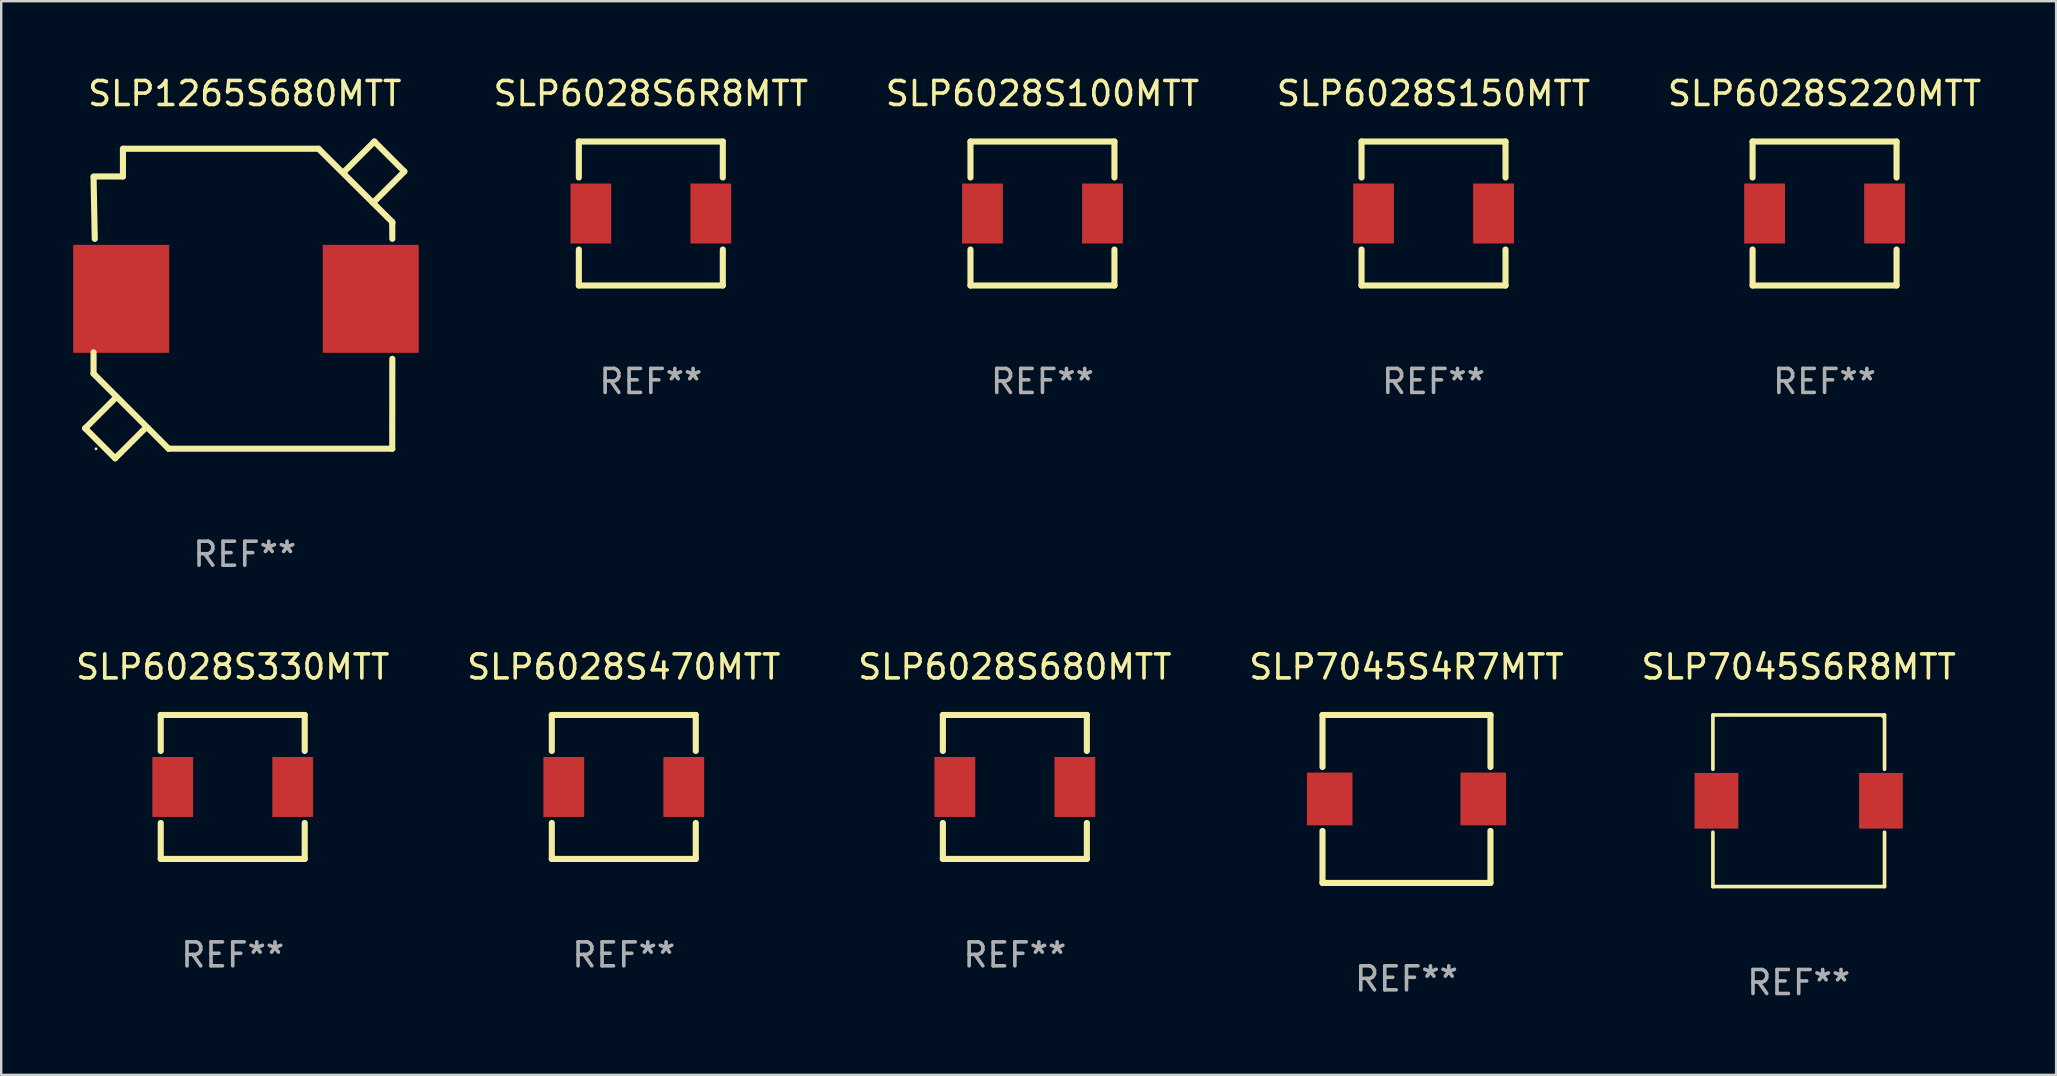
<source format=kicad_pcb>
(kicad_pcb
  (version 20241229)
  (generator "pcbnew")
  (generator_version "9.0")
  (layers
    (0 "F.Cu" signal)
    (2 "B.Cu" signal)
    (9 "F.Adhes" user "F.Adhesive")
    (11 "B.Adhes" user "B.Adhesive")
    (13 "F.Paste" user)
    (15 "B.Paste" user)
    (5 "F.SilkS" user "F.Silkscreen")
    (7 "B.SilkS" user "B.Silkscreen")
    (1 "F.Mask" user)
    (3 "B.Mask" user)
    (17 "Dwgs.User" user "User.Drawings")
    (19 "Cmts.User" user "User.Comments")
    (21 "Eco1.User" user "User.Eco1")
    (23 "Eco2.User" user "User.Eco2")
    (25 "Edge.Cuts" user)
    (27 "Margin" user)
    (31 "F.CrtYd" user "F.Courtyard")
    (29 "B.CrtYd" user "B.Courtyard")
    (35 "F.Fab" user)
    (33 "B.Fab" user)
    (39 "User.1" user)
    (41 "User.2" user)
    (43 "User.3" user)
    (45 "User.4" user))
  (footprint "SLP7045S6R8MTT"
    (layer "F.Cu")
    (at 71.911 30.322)
    (property "Reference" "SLP7045S6R8MTT" (at 0 -5.576 0) (layer "F.SilkS") (effects (font (size 1 1) (thickness 0.15))))
    (attr through_hole)
    (fp_line (start -3.576 -3.576) (end 3.576 -3.576) (stroke (width 0.152) (type solid)) (layer "F.SilkS"))
    (fp_line (start -3.576 -1.312) (end -3.576 -3.576) (stroke (width 0.152) (type solid)) (layer "F.SilkS"))
    (fp_line (start -3.576 1.312) (end -3.576 3.576) (stroke (width 0.152) (type solid)) (layer "F.SilkS"))
    (fp_line (start -3.576 3.576) (end 3.576 3.576) (stroke (width 0.152) (type solid)) (layer "F.SilkS"))
    (fp_line (start 3.576 -3.576) (end 3.576 -1.312) (stroke (width 0.152) (type solid)) (layer "F.SilkS"))
    (fp_line (start 3.576 3.576) (end 3.576 1.312) (stroke (width 0.152) (type solid)) (layer "F.SilkS"))
    (fp_circle (center 3.5 -3.5) (end 3.53 -3.5) (stroke (width 0.06) (type solid)) (fill no) (layer "F.SilkS"))
    (fp_text user "REF**" (at 0 7.576 0) (layer "F.Fab") (effects (font (size 1 1) (thickness 0.15))))
    (pad "1" smd rect (at 3.428 0) (size 1.824 2.32) (layers "F.Cu" "F.Mask" "F.Paste"))
    (pad "2" smd rect (at -3.428 0) (size 1.824 2.32) (layers "F.Cu" "F.Mask" "F.Paste")))
  (footprint "SLP6028S6R8MTT"
    (layer "F.Cu")
    (at 24.073 5.848)
    (property "Reference" "SLP6028S6R8MTT" (at 0 -5 0) (layer "F.SilkS") (effects (font (size 1 1) (thickness 0.15))))
    (attr through_hole)
    (fp_line (start -3 -3) (end 3 -3) (stroke (width 0.254) (type solid)) (layer "F.SilkS"))
    (fp_line (start -3 -1.5) (end -3 -3) (stroke (width 0.254) (type solid)) (layer "F.SilkS"))
    (fp_line (start -3 1.5) (end -3 3) (stroke (width 0.254) (type solid)) (layer "F.SilkS"))
    (fp_line (start -3 3) (end 3 3) (stroke (width 0.254) (type solid)) (layer "F.SilkS"))
    (fp_line (start 3 -3) (end 3 -1.5) (stroke (width 0.254) (type solid)) (layer "F.SilkS"))
    (fp_line (start 3 3) (end 3 1.5) (stroke (width 0.254) (type solid)) (layer "F.SilkS"))
    (fp_circle (center -3 3) (end -2.97 3) (stroke (width 0.06) (type solid)) (fill no) (layer "F.SilkS"))
    (fp_text user "REF**" (at 0 7 0) (layer "F.Fab") (effects (font (size 1 1) (thickness 0.15))))
    (pad "1" smd rect (at -2.5 0 270) (size 2.5 1.7) (layers "F.Cu" "F.Mask" "F.Paste"))
    (pad "2" smd rect (at 2.5 0 270) (size 2.5 1.7) (layers "F.Cu" "F.Mask" "F.Paste")))
  (footprint "SLP6028S100MTT"
    (layer "F.Cu")
    (at 40.394 5.848)
    (property "Reference" "SLP6028S100MTT" (at 0 -5 0) (layer "F.SilkS") (effects (font (size 1 1) (thickness 0.15))))
    (attr through_hole)
    (fp_line (start -3 -3) (end 3 -3) (stroke (width 0.254) (type solid)) (layer "F.SilkS"))
    (fp_line (start -3 -1.5) (end -3 -3) (stroke (width 0.254) (type solid)) (layer "F.SilkS"))
    (fp_line (start -3 1.5) (end -3 3) (stroke (width 0.254) (type solid)) (layer "F.SilkS"))
    (fp_line (start -3 3) (end 3 3) (stroke (width 0.254) (type solid)) (layer "F.SilkS"))
    (fp_line (start 3 -3) (end 3 -1.5) (stroke (width 0.254) (type solid)) (layer "F.SilkS"))
    (fp_line (start 3 3) (end 3 1.5) (stroke (width 0.254) (type solid)) (layer "F.SilkS"))
    (fp_circle (center -3 3) (end -2.97 3) (stroke (width 0.06) (type solid)) (fill no) (layer "F.SilkS"))
    (fp_text user "REF**" (at 0 7 0) (layer "F.Fab") (effects (font (size 1 1) (thickness 0.15))))
    (pad "1" smd rect (at -2.5 0 270) (size 2.5 1.7) (layers "F.Cu" "F.Mask" "F.Paste"))
    (pad "2" smd rect (at 2.5 0 270) (size 2.5 1.7) (layers "F.Cu" "F.Mask" "F.Paste")))
  (footprint "SLP7045S4R7MTT"
    (layer "F.Cu")
    (at 55.565 30.246)
    (property "Reference" "SLP7045S4R7MTT" (at 0 -5.5 0) (layer "F.SilkS") (effects (font (size 1 1) (thickness 0.15))))
    (attr through_hole)
    (fp_line (start -3.5 -3.5) (end 3.5 -3.5) (stroke (width 0.254) (type solid)) (layer "F.SilkS"))
    (fp_line (start -3.5 -1.331) (end -3.5 -3.5) (stroke (width 0.254) (type solid)) (layer "F.SilkS"))
    (fp_line (start -3.5 3.5) (end -3.5 1.331) (stroke (width 0.254) (type solid)) (layer "F.SilkS"))
    (fp_line (start 3.5 -3.5) (end 3.5 -1.331) (stroke (width 0.254) (type solid)) (layer "F.SilkS"))
    (fp_line (start 3.5 1.331) (end 3.5 3.5) (stroke (width 0.254) (type solid)) (layer "F.SilkS"))
    (fp_line (start 3.5 3.5) (end -3.5 3.5) (stroke (width 0.254) (type solid)) (layer "F.SilkS"))
    (fp_circle (center -3.5 3.5) (end -3.47 3.5) (stroke (width 0.06) (type solid)) (fill no) (layer "F.SilkS"))
    (fp_text user "REF**" (at 0 7.5 0) (layer "F.Fab") (effects (font (size 1 1) (thickness 0.15))))
    (pad "1" smd rect (at -3.2 0 90) (size 2.2 1.9) (layers "F.Cu" "F.Mask" "F.Paste"))
    (pad "2" smd rect (at 3.2 0 90) (size 2.2 1.9) (layers "F.Cu" "F.Mask" "F.Paste")))
  (footprint "SLP6028S150MTT"
    (layer "F.Cu")
    (at 56.692 5.848)
    (property "Reference" "SLP6028S150MTT" (at 0 -5 0) (layer "F.SilkS") (effects (font (size 1 1) (thickness 0.15))))
    (attr through_hole)
    (fp_line (start -3 -3) (end 3 -3) (stroke (width 0.254) (type solid)) (layer "F.SilkS"))
    (fp_line (start -3 -1.5) (end -3 -3) (stroke (width 0.254) (type solid)) (layer "F.SilkS"))
    (fp_line (start -3 1.5) (end -3 3) (stroke (width 0.254) (type solid)) (layer "F.SilkS"))
    (fp_line (start -3 3) (end 3 3) (stroke (width 0.254) (type solid)) (layer "F.SilkS"))
    (fp_line (start 3 -3) (end 3 -1.5) (stroke (width 0.254) (type solid)) (layer "F.SilkS"))
    (fp_line (start 3 3) (end 3 1.5) (stroke (width 0.254) (type solid)) (layer "F.SilkS"))
    (fp_circle (center -3 3) (end -2.97 3) (stroke (width 0.06) (type solid)) (fill no) (layer "F.SilkS"))
    (fp_text user "REF**" (at 0 7 0) (layer "F.Fab") (effects (font (size 1 1) (thickness 0.15))))
    (pad "1" smd rect (at -2.5 0 270) (size 2.5 1.7) (layers "F.Cu" "F.Mask" "F.Paste"))
    (pad "2" smd rect (at 2.5 0 270) (size 2.5 1.7) (layers "F.Cu" "F.Mask" "F.Paste")))
  (footprint "SLP6028S220MTT"
    (layer "F.Cu")
    (at 72.989 5.848)
    (property "Reference" "SLP6028S220MTT" (at 0 -5 0) (layer "F.SilkS") (effects (font (size 1 1) (thickness 0.15))))
    (attr through_hole)
    (fp_line (start -3 -3) (end 3 -3) (stroke (width 0.254) (type solid)) (layer "F.SilkS"))
    (fp_line (start -3 -1.5) (end -3 -3) (stroke (width 0.254) (type solid)) (layer "F.SilkS"))
    (fp_line (start -3 1.5) (end -3 3) (stroke (width 0.254) (type solid)) (layer "F.SilkS"))
    (fp_line (start -3 3) (end 3 3) (stroke (width 0.254) (type solid)) (layer "F.SilkS"))
    (fp_line (start 3 -3) (end 3 -1.5) (stroke (width 0.254) (type solid)) (layer "F.SilkS"))
    (fp_line (start 3 3) (end 3 1.5) (stroke (width 0.254) (type solid)) (layer "F.SilkS"))
    (fp_circle (center -3 3) (end -2.97 3) (stroke (width 0.06) (type solid)) (fill no) (layer "F.SilkS"))
    (fp_text user "REF**" (at 0 7 0) (layer "F.Fab") (effects (font (size 1 1) (thickness 0.15))))
    (pad "1" smd rect (at -2.5 0 270) (size 2.5 1.7) (layers "F.Cu" "F.Mask" "F.Paste"))
    (pad "2" smd rect (at 2.5 0 270) (size 2.5 1.7) (layers "F.Cu" "F.Mask" "F.Paste")))
  (footprint "SLP6028S680MTT"
    (layer "F.Cu")
    (at 39.244 29.746)
    (property "Reference" "SLP6028S680MTT" (at 0 -5 0) (layer "F.SilkS") (effects (font (size 1 1) (thickness 0.15))))
    (attr through_hole)
    (fp_line (start -3 -3) (end 3 -3) (stroke (width 0.254) (type solid)) (layer "F.SilkS"))
    (fp_line (start -3 -1.5) (end -3 -3) (stroke (width 0.254) (type solid)) (layer "F.SilkS"))
    (fp_line (start -3 1.5) (end -3 3) (stroke (width 0.254) (type solid)) (layer "F.SilkS"))
    (fp_line (start -3 3) (end 3 3) (stroke (width 0.254) (type solid)) (layer "F.SilkS"))
    (fp_line (start 3 -3) (end 3 -1.5) (stroke (width 0.254) (type solid)) (layer "F.SilkS"))
    (fp_line (start 3 3) (end 3 1.5) (stroke (width 0.254) (type solid)) (layer "F.SilkS"))
    (fp_circle (center -3 3) (end -2.97 3) (stroke (width 0.06) (type solid)) (fill no) (layer "F.SilkS"))
    (fp_text user "REF**" (at 0 7 0) (layer "F.Fab") (effects (font (size 1 1) (thickness 0.15))))
    (pad "1" smd rect (at -2.5 0 270) (size 2.5 1.7) (layers "F.Cu" "F.Mask" "F.Paste"))
    (pad "2" smd rect (at 2.5 0 270) (size 2.5 1.7) (layers "F.Cu" "F.Mask" "F.Paste")))
  (footprint "SLP1265S680MTT"
    (layer "F.Cu")
    (at 7.15 9.449)
    (property "Reference" "SLP1265S680MTT" (at 0 -8.6 0) (layer "F.SilkS") (effects (font (size 1 1) (thickness 0.15))))
    (attr through_hole)
    (fp_line (start -6.651 5.351) (end -5.401 6.6) (stroke (width 0.254) (type solid)) (layer "F.SilkS"))
    (fp_line (start -6.301 2.186) (end -6.301 3.074) (stroke (width 0.254) (type solid)) (layer "F.SilkS"))
    (fp_line (start -6.301 3.074) (end -3.174 6.201) (stroke (width 0.254) (type solid)) (layer "F.SilkS"))
    (fp_line (start -6.25 -2.545) (end -6.301 -5.108) (stroke (width 0.254) (type solid)) (layer "F.SilkS"))
    (fp_line (start -5.401 6.6) (end -4.151 5.351) (stroke (width 0.254) (type solid)) (layer "F.SilkS"))
    (fp_line (start -5.35 4.05) (end -6.651 5.351) (stroke (width 0.254) (type solid)) (layer "F.SilkS"))
    (fp_line (start -5.077 -6.3) (end -5.077 -5.145) (stroke (width 0.254) (type solid)) (layer "F.SilkS"))
    (fp_line (start -5.077 -5.145) (end -6.301 -5.145) (stroke (width 0.254) (type solid)) (layer "F.SilkS"))
    (fp_line (start -4.151 5.351) (end -4.15 5.35) (stroke (width 0.254) (type solid)) (layer "F.SilkS"))
    (fp_line (start -3.174 6.201) (end 6.15 6.201) (stroke (width 0.254) (type solid)) (layer "F.SilkS"))
    (fp_line (start 3.074 -6.301) (end 6.15 -3.245) (stroke (width 0.254) (type solid)) (layer "F.SilkS"))
    (fp_line (start 3.075 -6.3) (end -5.058 -6.3) (stroke (width 0.254) (type solid)) (layer "F.SilkS"))
    (fp_line (start 4.151 -5.351) (end 4.15 -5.35) (stroke (width 0.254) (type solid)) (layer "F.SilkS"))
    (fp_line (start 5.35 -4.05) (end 6.651 -5.351) (stroke (width 0.254) (type solid)) (layer "F.SilkS"))
    (fp_line (start 5.401 -6.6) (end 4.151 -5.351) (stroke (width 0.254) (type solid)) (layer "F.SilkS"))
    (fp_line (start 6.146 6.201) (end 6.15 2.455) (stroke (width 0.254) (type solid)) (layer "F.SilkS"))
    (fp_line (start 6.15 -3.245) (end 6.15 -3.174) (stroke (width 0.254) (type solid)) (layer "F.SilkS"))
    (fp_line (start 6.15 -2.545) (end 6.146 -3.174) (stroke (width 0.254) (type solid)) (layer "F.SilkS"))
    (fp_line (start 6.651 -5.351) (end 5.401 -6.6) (stroke (width 0.254) (type solid)) (layer "F.SilkS"))
    (fp_circle (center -6.2 6.205) (end -6.17 6.205) (stroke (width 0.06) (type solid)) (fill no) (layer "F.SilkS"))
    (fp_text user "REF**" (at 0 10.6 0) (layer "F.Fab") (effects (font (size 1 1) (thickness 0.15))))
    (pad "1" smd rect (at -5.15 -0.045) (size 4 4.5) (layers "F.Cu" "F.Mask" "F.Paste"))
    (pad "2" smd rect (at 5.25 -0.045) (size 4 4.5) (layers "F.Cu" "F.Mask" "F.Paste")))
  (footprint "SLP6028S330MTT"
    (layer "F.Cu")
    (at 6.649 29.746)
    (property "Reference" "SLP6028S330MTT" (at 0 -5 0) (layer "F.SilkS") (effects (font (size 1 1) (thickness 0.15))))
    (attr through_hole)
    (fp_line (start -3 -3) (end 3 -3) (stroke (width 0.254) (type solid)) (layer "F.SilkS"))
    (fp_line (start -3 -1.5) (end -3 -3) (stroke (width 0.254) (type solid)) (layer "F.SilkS"))
    (fp_line (start -3 1.5) (end -3 3) (stroke (width 0.254) (type solid)) (layer "F.SilkS"))
    (fp_line (start -3 3) (end 3 3) (stroke (width 0.254) (type solid)) (layer "F.SilkS"))
    (fp_line (start 3 -3) (end 3 -1.5) (stroke (width 0.254) (type solid)) (layer "F.SilkS"))
    (fp_line (start 3 3) (end 3 1.5) (stroke (width 0.254) (type solid)) (layer "F.SilkS"))
    (fp_circle (center -3 3) (end -2.97 3) (stroke (width 0.06) (type solid)) (fill no) (layer "F.SilkS"))
    (fp_text user "REF**" (at 0 7 0) (layer "F.Fab") (effects (font (size 1 1) (thickness 0.15))))
    (pad "1" smd rect (at -2.5 0 270) (size 2.5 1.7) (layers "F.Cu" "F.Mask" "F.Paste"))
    (pad "2" smd rect (at 2.5 0 270) (size 2.5 1.7) (layers "F.Cu" "F.Mask" "F.Paste")))
  (footprint "SLP6028S470MTT"
    (layer "F.Cu")
    (at 22.946 29.746)
    (property "Reference" "SLP6028S470MTT" (at 0 -5 0) (layer "F.SilkS") (effects (font (size 1 1) (thickness 0.15))))
    (attr through_hole)
    (fp_line (start -3 -3) (end 3 -3) (stroke (width 0.254) (type solid)) (layer "F.SilkS"))
    (fp_line (start -3 -1.5) (end -3 -3) (stroke (width 0.254) (type solid)) (layer "F.SilkS"))
    (fp_line (start -3 1.5) (end -3 3) (stroke (width 0.254) (type solid)) (layer "F.SilkS"))
    (fp_line (start -3 3) (end 3 3) (stroke (width 0.254) (type solid)) (layer "F.SilkS"))
    (fp_line (start 3 -3) (end 3 -1.5) (stroke (width 0.254) (type solid)) (layer "F.SilkS"))
    (fp_line (start 3 3) (end 3 1.5) (stroke (width 0.254) (type solid)) (layer "F.SilkS"))
    (fp_circle (center -3 3) (end -2.97 3) (stroke (width 0.06) (type solid)) (fill no) (layer "F.SilkS"))
    (fp_text user "REF**" (at 0 7 0) (layer "F.Fab") (effects (font (size 1 1) (thickness 0.15))))
    (pad "1" smd rect (at -2.5 0 270) (size 2.5 1.7) (layers "F.Cu" "F.Mask" "F.Paste"))
    (pad "2" smd rect (at 2.5 0 270) (size 2.5 1.7) (layers "F.Cu" "F.Mask" "F.Paste")))
  (gr_rect
    (start -3 -3)
    (end 82.638 41.746)
    (stroke (width 0.1) (type default))
    (fill no)
    (layer "Edge.Cuts")))
</source>
